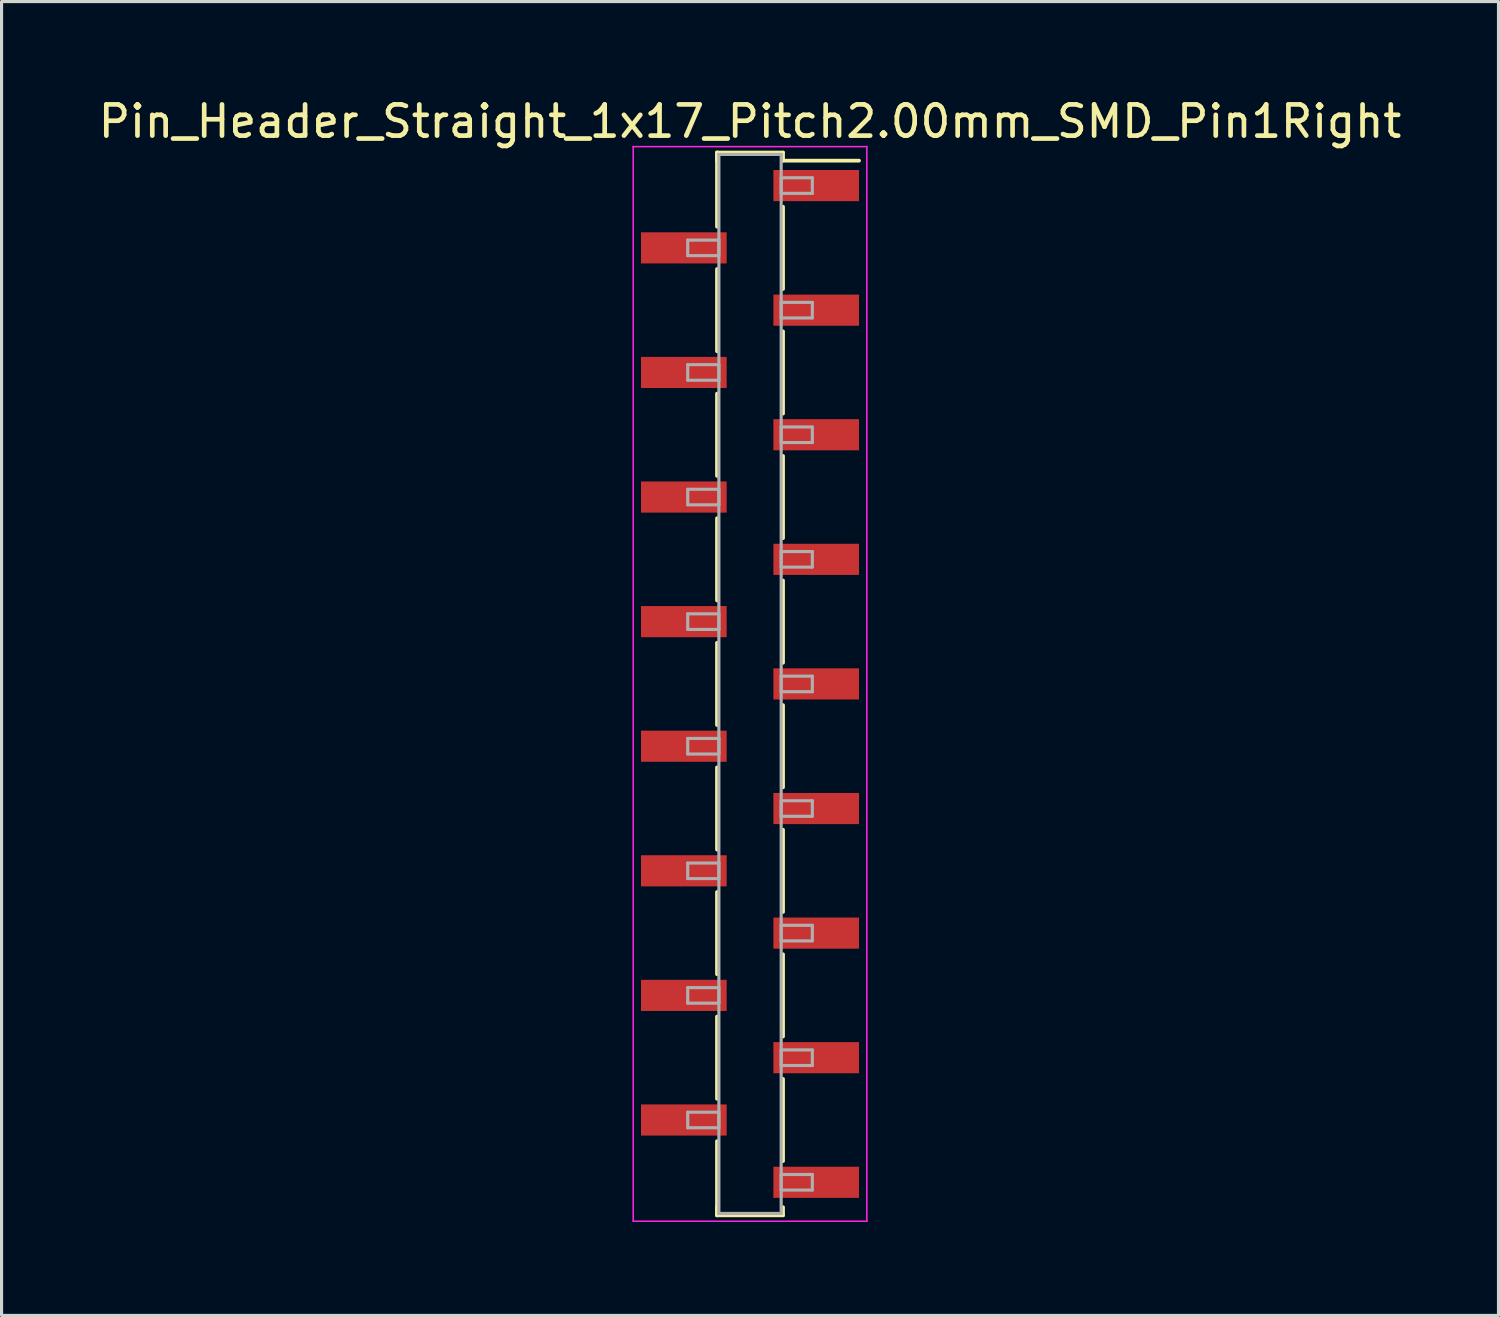
<source format=kicad_pcb>
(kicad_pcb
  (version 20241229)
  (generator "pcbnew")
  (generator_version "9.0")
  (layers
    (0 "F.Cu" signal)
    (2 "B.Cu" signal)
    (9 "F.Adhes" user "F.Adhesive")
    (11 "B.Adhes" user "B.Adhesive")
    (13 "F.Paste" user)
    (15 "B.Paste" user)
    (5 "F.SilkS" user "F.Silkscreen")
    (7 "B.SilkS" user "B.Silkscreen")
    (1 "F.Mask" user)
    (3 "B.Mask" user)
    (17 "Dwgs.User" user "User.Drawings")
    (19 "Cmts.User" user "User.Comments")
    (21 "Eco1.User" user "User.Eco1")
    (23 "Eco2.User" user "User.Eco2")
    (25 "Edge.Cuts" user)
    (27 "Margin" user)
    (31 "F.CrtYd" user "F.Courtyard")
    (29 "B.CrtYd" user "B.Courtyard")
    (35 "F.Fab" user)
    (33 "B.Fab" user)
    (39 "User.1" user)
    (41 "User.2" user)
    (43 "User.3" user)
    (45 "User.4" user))
  (footprint "Pin_Header_Straight_1x17_Pitch2.00mm_SMD_Pin1Right"
    (layer "F.Cu")
    (at 21.03 18.908)
    (property "Reference" "Pin_Header_Straight_1x17_Pitch2.00mm_SMD_Pin1Right" (at 0 -18.06 0) (layer "F.SilkS") (effects (font (size 1 1) (thickness 0.15))))
    (attr smd)
    (fp_line (start -1.06 -17.06) (end -1.06 -14.68) (stroke (width 0.12) (type solid)) (layer "F.SilkS"))
    (fp_line (start -1.06 -17.06) (end 1.06 -17.06) (stroke (width 0.12) (type solid)) (layer "F.SilkS"))
    (fp_line (start -1.06 -16.8) (end -1.06 -17.06) (stroke (width 0.12) (type solid)) (layer "F.SilkS"))
    (fp_line (start -1.06 -13.32) (end -1.06 -10.68) (stroke (width 0.12) (type solid)) (layer "F.SilkS"))
    (fp_line (start -1.06 -9.32) (end -1.06 -6.68) (stroke (width 0.12) (type solid)) (layer "F.SilkS"))
    (fp_line (start -1.06 -5.32) (end -1.06 -2.68) (stroke (width 0.12) (type solid)) (layer "F.SilkS"))
    (fp_line (start -1.06 -1.32) (end -1.06 1.32) (stroke (width 0.12) (type solid)) (layer "F.SilkS"))
    (fp_line (start -1.06 2.68) (end -1.06 5.32) (stroke (width 0.12) (type solid)) (layer "F.SilkS"))
    (fp_line (start -1.06 6.68) (end -1.06 9.32) (stroke (width 0.12) (type solid)) (layer "F.SilkS"))
    (fp_line (start -1.06 10.68) (end -1.06 13.32) (stroke (width 0.12) (type solid)) (layer "F.SilkS"))
    (fp_line (start -1.06 14.68) (end -1.06 17.06) (stroke (width 0.12) (type solid)) (layer "F.SilkS"))
    (fp_line (start -1.06 16.8) (end -1.06 17.06) (stroke (width 0.12) (type solid)) (layer "F.SilkS"))
    (fp_line (start -1.06 17.06) (end 1.06 17.06) (stroke (width 0.12) (type solid)) (layer "F.SilkS"))
    (fp_line (start 1.06 -17.06) (end 1.06 -16.8) (stroke (width 0.12) (type solid)) (layer "F.SilkS"))
    (fp_line (start 1.06 -16.8) (end 3.5 -16.8) (stroke (width 0.12) (type solid)) (layer "F.SilkS"))
    (fp_line (start 1.06 -15.32) (end 1.06 -12.68) (stroke (width 0.12) (type solid)) (layer "F.SilkS"))
    (fp_line (start 1.06 -11.32) (end 1.06 -8.68) (stroke (width 0.12) (type solid)) (layer "F.SilkS"))
    (fp_line (start 1.06 -7.32) (end 1.06 -4.68) (stroke (width 0.12) (type solid)) (layer "F.SilkS"))
    (fp_line (start 1.06 -3.32) (end 1.06 -0.68) (stroke (width 0.12) (type solid)) (layer "F.SilkS"))
    (fp_line (start 1.06 0.68) (end 1.06 3.32) (stroke (width 0.12) (type solid)) (layer "F.SilkS"))
    (fp_line (start 1.06 4.68) (end 1.06 7.32) (stroke (width 0.12) (type solid)) (layer "F.SilkS"))
    (fp_line (start 1.06 8.68) (end 1.06 11.32) (stroke (width 0.12) (type solid)) (layer "F.SilkS"))
    (fp_line (start 1.06 12.68) (end 1.06 15.32) (stroke (width 0.12) (type solid)) (layer "F.SilkS"))
    (fp_line (start 1.06 17.06) (end 1.06 16.8) (stroke (width 0.12) (type solid)) (layer "F.SilkS"))
    (fp_line (start -3.75 -17.25) (end -3.75 17.25) (stroke (width 0.05) (type solid)) (layer "F.CrtYd"))
    (fp_line (start -3.75 17.25) (end 3.75 17.25) (stroke (width 0.05) (type solid)) (layer "F.CrtYd"))
    (fp_line (start 3.75 -17.25) (end -3.75 -17.25) (stroke (width 0.05) (type solid)) (layer "F.CrtYd"))
    (fp_line (start 3.75 17.25) (end 3.75 -17.25) (stroke (width 0.05) (type solid)) (layer "F.CrtYd"))
    (fp_line (start -2 -14.25) (end -1 -14.25) (stroke (width 0.1) (type solid)) (layer "F.Fab"))
    (fp_line (start -2 -13.75) (end -2 -14.25) (stroke (width 0.1) (type solid)) (layer "F.Fab"))
    (fp_line (start -2 -10.25) (end -1 -10.25) (stroke (width 0.1) (type solid)) (layer "F.Fab"))
    (fp_line (start -2 -9.75) (end -2 -10.25) (stroke (width 0.1) (type solid)) (layer "F.Fab"))
    (fp_line (start -2 -6.25) (end -1 -6.25) (stroke (width 0.1) (type solid)) (layer "F.Fab"))
    (fp_line (start -2 -5.75) (end -2 -6.25) (stroke (width 0.1) (type solid)) (layer "F.Fab"))
    (fp_line (start -2 -2.25) (end -1 -2.25) (stroke (width 0.1) (type solid)) (layer "F.Fab"))
    (fp_line (start -2 -1.75) (end -2 -2.25) (stroke (width 0.1) (type solid)) (layer "F.Fab"))
    (fp_line (start -2 1.75) (end -1 1.75) (stroke (width 0.1) (type solid)) (layer "F.Fab"))
    (fp_line (start -2 2.25) (end -2 1.75) (stroke (width 0.1) (type solid)) (layer "F.Fab"))
    (fp_line (start -2 5.75) (end -1 5.75) (stroke (width 0.1) (type solid)) (layer "F.Fab"))
    (fp_line (start -2 6.25) (end -2 5.75) (stroke (width 0.1) (type solid)) (layer "F.Fab"))
    (fp_line (start -2 9.75) (end -1 9.75) (stroke (width 0.1) (type solid)) (layer "F.Fab"))
    (fp_line (start -2 10.25) (end -2 9.75) (stroke (width 0.1) (type solid)) (layer "F.Fab"))
    (fp_line (start -2 13.75) (end -1 13.75) (stroke (width 0.1) (type solid)) (layer "F.Fab"))
    (fp_line (start -2 14.25) (end -2 13.75) (stroke (width 0.1) (type solid)) (layer "F.Fab"))
    (fp_line (start -1 -17) (end -1 17) (stroke (width 0.1) (type solid)) (layer "F.Fab"))
    (fp_line (start -1 -14.25) (end -1 -13.75) (stroke (width 0.1) (type solid)) (layer "F.Fab"))
    (fp_line (start -1 -13.75) (end -2 -13.75) (stroke (width 0.1) (type solid)) (layer "F.Fab"))
    (fp_line (start -1 -10.25) (end -1 -9.75) (stroke (width 0.1) (type solid)) (layer "F.Fab"))
    (fp_line (start -1 -9.75) (end -2 -9.75) (stroke (width 0.1) (type solid)) (layer "F.Fab"))
    (fp_line (start -1 -6.25) (end -1 -5.75) (stroke (width 0.1) (type solid)) (layer "F.Fab"))
    (fp_line (start -1 -5.75) (end -2 -5.75) (stroke (width 0.1) (type solid)) (layer "F.Fab"))
    (fp_line (start -1 -2.25) (end -1 -1.75) (stroke (width 0.1) (type solid)) (layer "F.Fab"))
    (fp_line (start -1 -1.75) (end -2 -1.75) (stroke (width 0.1) (type solid)) (layer "F.Fab"))
    (fp_line (start -1 1.75) (end -1 2.25) (stroke (width 0.1) (type solid)) (layer "F.Fab"))
    (fp_line (start -1 2.25) (end -2 2.25) (stroke (width 0.1) (type solid)) (layer "F.Fab"))
    (fp_line (start -1 5.75) (end -1 6.25) (stroke (width 0.1) (type solid)) (layer "F.Fab"))
    (fp_line (start -1 6.25) (end -2 6.25) (stroke (width 0.1) (type solid)) (layer "F.Fab"))
    (fp_line (start -1 9.75) (end -1 10.25) (stroke (width 0.1) (type solid)) (layer "F.Fab"))
    (fp_line (start -1 10.25) (end -2 10.25) (stroke (width 0.1) (type solid)) (layer "F.Fab"))
    (fp_line (start -1 13.75) (end -1 14.25) (stroke (width 0.1) (type solid)) (layer "F.Fab"))
    (fp_line (start -1 14.25) (end -2 14.25) (stroke (width 0.1) (type solid)) (layer "F.Fab"))
    (fp_line (start -1 17) (end 1 17) (stroke (width 0.1) (type solid)) (layer "F.Fab"))
    (fp_line (start 1 -17) (end -1 -17) (stroke (width 0.1) (type solid)) (layer "F.Fab"))
    (fp_line (start 1 -16.25) (end 1 -15.75) (stroke (width 0.1) (type solid)) (layer "F.Fab"))
    (fp_line (start 1 -15.75) (end 2 -15.75) (stroke (width 0.1) (type solid)) (layer "F.Fab"))
    (fp_line (start 1 -12.25) (end 1 -11.75) (stroke (width 0.1) (type solid)) (layer "F.Fab"))
    (fp_line (start 1 -11.75) (end 2 -11.75) (stroke (width 0.1) (type solid)) (layer "F.Fab"))
    (fp_line (start 1 -8.25) (end 1 -7.75) (stroke (width 0.1) (type solid)) (layer "F.Fab"))
    (fp_line (start 1 -7.75) (end 2 -7.75) (stroke (width 0.1) (type solid)) (layer "F.Fab"))
    (fp_line (start 1 -4.25) (end 1 -3.75) (stroke (width 0.1) (type solid)) (layer "F.Fab"))
    (fp_line (start 1 -3.75) (end 2 -3.75) (stroke (width 0.1) (type solid)) (layer "F.Fab"))
    (fp_line (start 1 -0.25) (end 1 0.25) (stroke (width 0.1) (type solid)) (layer "F.Fab"))
    (fp_line (start 1 0.25) (end 2 0.25) (stroke (width 0.1) (type solid)) (layer "F.Fab"))
    (fp_line (start 1 3.75) (end 1 4.25) (stroke (width 0.1) (type solid)) (layer "F.Fab"))
    (fp_line (start 1 4.25) (end 2 4.25) (stroke (width 0.1) (type solid)) (layer "F.Fab"))
    (fp_line (start 1 7.75) (end 1 8.25) (stroke (width 0.1) (type solid)) (layer "F.Fab"))
    (fp_line (start 1 8.25) (end 2 8.25) (stroke (width 0.1) (type solid)) (layer "F.Fab"))
    (fp_line (start 1 11.75) (end 1 12.25) (stroke (width 0.1) (type solid)) (layer "F.Fab"))
    (fp_line (start 1 12.25) (end 2 12.25) (stroke (width 0.1) (type solid)) (layer "F.Fab"))
    (fp_line (start 1 15.75) (end 1 16.25) (stroke (width 0.1) (type solid)) (layer "F.Fab"))
    (fp_line (start 1 16.25) (end 2 16.25) (stroke (width 0.1) (type solid)) (layer "F.Fab"))
    (fp_line (start 1 17) (end 1 -17) (stroke (width 0.1) (type solid)) (layer "F.Fab"))
    (fp_line (start 2 -16.25) (end 1 -16.25) (stroke (width 0.1) (type solid)) (layer "F.Fab"))
    (fp_line (start 2 -15.75) (end 2 -16.25) (stroke (width 0.1) (type solid)) (layer "F.Fab"))
    (fp_line (start 2 -12.25) (end 1 -12.25) (stroke (width 0.1) (type solid)) (layer "F.Fab"))
    (fp_line (start 2 -11.75) (end 2 -12.25) (stroke (width 0.1) (type solid)) (layer "F.Fab"))
    (fp_line (start 2 -8.25) (end 1 -8.25) (stroke (width 0.1) (type solid)) (layer "F.Fab"))
    (fp_line (start 2 -7.75) (end 2 -8.25) (stroke (width 0.1) (type solid)) (layer "F.Fab"))
    (fp_line (start 2 -4.25) (end 1 -4.25) (stroke (width 0.1) (type solid)) (layer "F.Fab"))
    (fp_line (start 2 -3.75) (end 2 -4.25) (stroke (width 0.1) (type solid)) (layer "F.Fab"))
    (fp_line (start 2 -0.25) (end 1 -0.25) (stroke (width 0.1) (type solid)) (layer "F.Fab"))
    (fp_line (start 2 0.25) (end 2 -0.25) (stroke (width 0.1) (type solid)) (layer "F.Fab"))
    (fp_line (start 2 3.75) (end 1 3.75) (stroke (width 0.1) (type solid)) (layer "F.Fab"))
    (fp_line (start 2 4.25) (end 2 3.75) (stroke (width 0.1) (type solid)) (layer "F.Fab"))
    (fp_line (start 2 7.75) (end 1 7.75) (stroke (width 0.1) (type solid)) (layer "F.Fab"))
    (fp_line (start 2 8.25) (end 2 7.75) (stroke (width 0.1) (type solid)) (layer "F.Fab"))
    (fp_line (start 2 11.75) (end 1 11.75) (stroke (width 0.1) (type solid)) (layer "F.Fab"))
    (fp_line (start 2 12.25) (end 2 11.75) (stroke (width 0.1) (type solid)) (layer "F.Fab"))
    (fp_line (start 2 15.75) (end 1 15.75) (stroke (width 0.1) (type solid)) (layer "F.Fab"))
    (fp_line (start 2 16.25) (end 2 15.75) (stroke (width 0.1) (type solid)) (layer "F.Fab"))
    (pad "1" smd rect (at 2.125 -16) (size 2.75 1) (layers "F.Cu" "F.Mask"))
    (pad "2" smd rect (at -2.125 -14) (size 2.75 1) (layers "F.Cu" "F.Mask"))
    (pad "3" smd rect (at 2.125 -12) (size 2.75 1) (layers "F.Cu" "F.Mask"))
    (pad "4" smd rect (at -2.125 -10) (size 2.75 1) (layers "F.Cu" "F.Mask"))
    (pad "5" smd rect (at 2.125 -8) (size 2.75 1) (layers "F.Cu" "F.Mask"))
    (pad "6" smd rect (at -2.125 -6) (size 2.75 1) (layers "F.Cu" "F.Mask"))
    (pad "7" smd rect (at 2.125 -4) (size 2.75 1) (layers "F.Cu" "F.Mask"))
    (pad "8" smd rect (at -2.125 -2) (size 2.75 1) (layers "F.Cu" "F.Mask"))
    (pad "9" smd rect (at 2.125 0) (size 2.75 1) (layers "F.Cu" "F.Mask"))
    (pad "10" smd rect (at -2.125 2) (size 2.75 1) (layers "F.Cu" "F.Mask"))
    (pad "11" smd rect (at 2.125 4) (size 2.75 1) (layers "F.Cu" "F.Mask"))
    (pad "12" smd rect (at -2.125 6) (size 2.75 1) (layers "F.Cu" "F.Mask"))
    (pad "13" smd rect (at 2.125 8) (size 2.75 1) (layers "F.Cu" "F.Mask"))
    (pad "14" smd rect (at -2.125 10) (size 2.75 1) (layers "F.Cu" "F.Mask"))
    (pad "15" smd rect (at 2.125 12) (size 2.75 1) (layers "F.Cu" "F.Mask"))
    (pad "16" smd rect (at -2.125 14) (size 2.75 1) (layers "F.Cu" "F.Mask"))
    (pad "17" smd rect (at 2.125 16) (size 2.75 1) (layers "F.Cu" "F.Mask")))
  (gr_rect
    (start -3 -3)
    (end 45.06 39.183)
    (stroke (width 0.1) (type default))
    (fill no)
    (layer "Edge.Cuts")))
</source>
